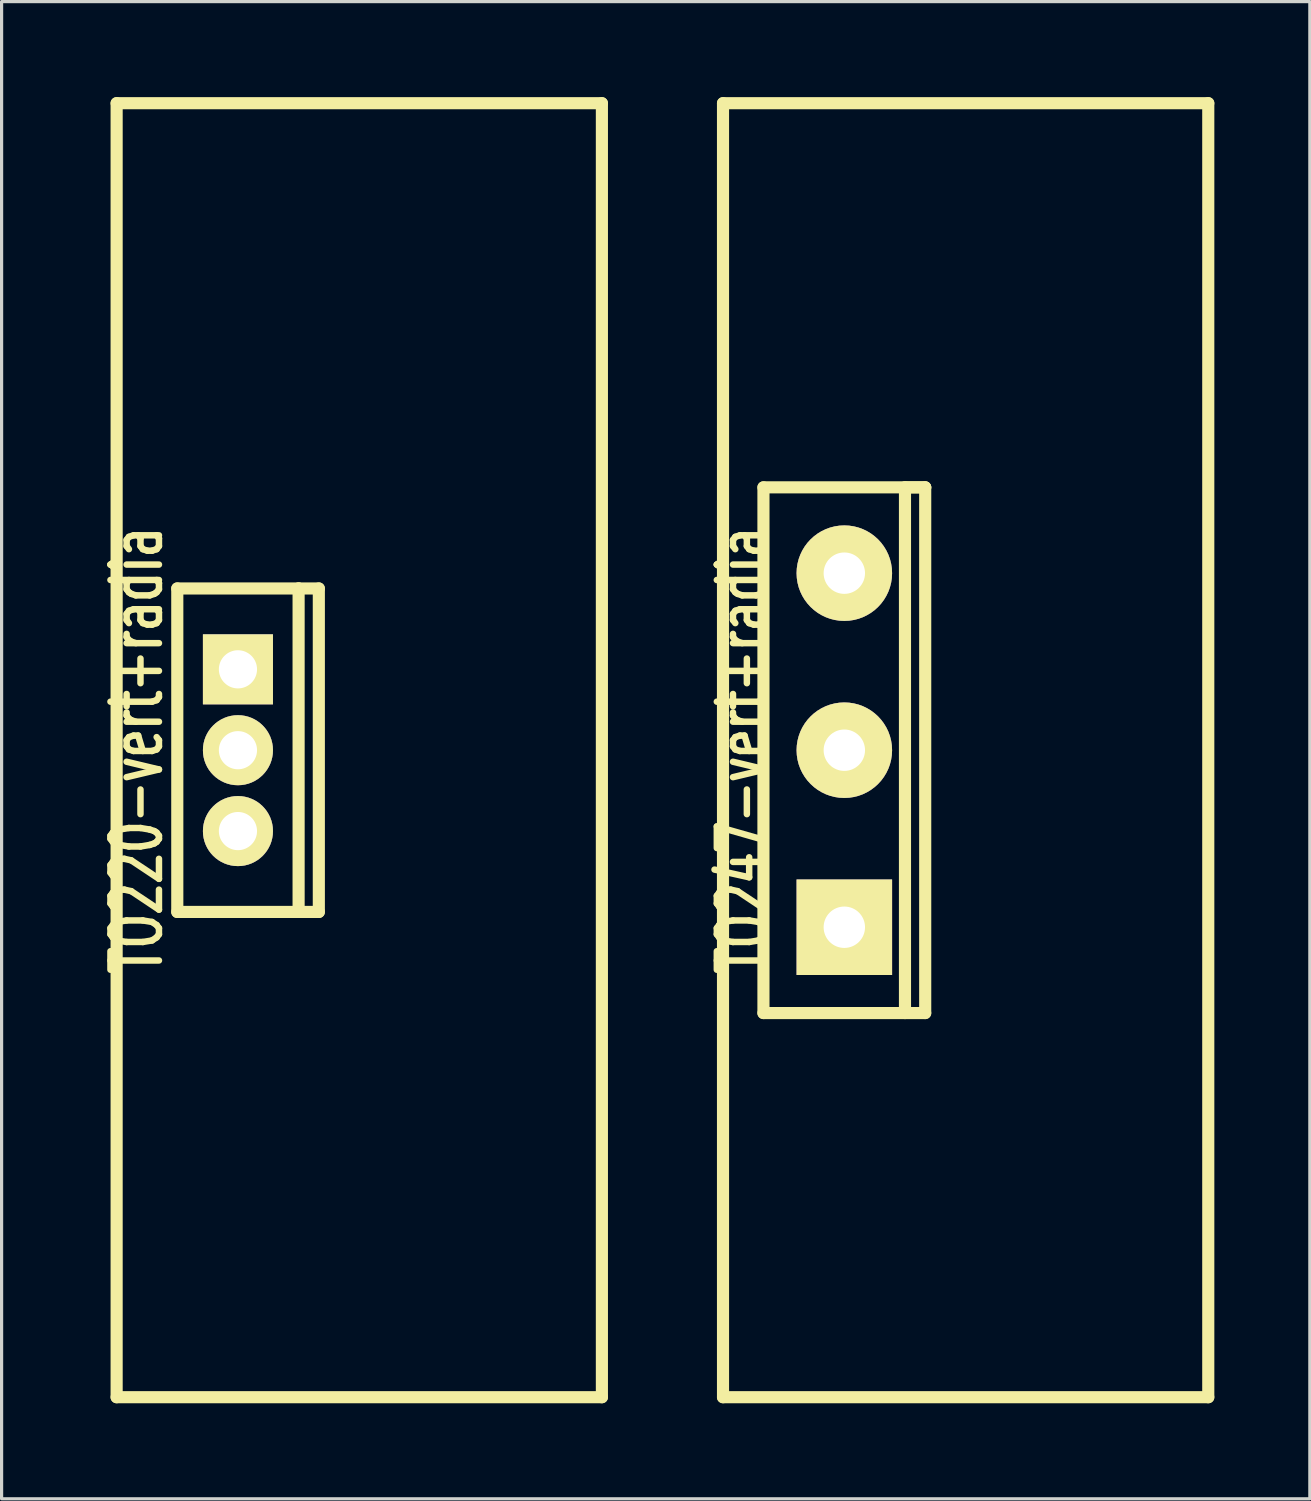
<source format=kicad_pcb>
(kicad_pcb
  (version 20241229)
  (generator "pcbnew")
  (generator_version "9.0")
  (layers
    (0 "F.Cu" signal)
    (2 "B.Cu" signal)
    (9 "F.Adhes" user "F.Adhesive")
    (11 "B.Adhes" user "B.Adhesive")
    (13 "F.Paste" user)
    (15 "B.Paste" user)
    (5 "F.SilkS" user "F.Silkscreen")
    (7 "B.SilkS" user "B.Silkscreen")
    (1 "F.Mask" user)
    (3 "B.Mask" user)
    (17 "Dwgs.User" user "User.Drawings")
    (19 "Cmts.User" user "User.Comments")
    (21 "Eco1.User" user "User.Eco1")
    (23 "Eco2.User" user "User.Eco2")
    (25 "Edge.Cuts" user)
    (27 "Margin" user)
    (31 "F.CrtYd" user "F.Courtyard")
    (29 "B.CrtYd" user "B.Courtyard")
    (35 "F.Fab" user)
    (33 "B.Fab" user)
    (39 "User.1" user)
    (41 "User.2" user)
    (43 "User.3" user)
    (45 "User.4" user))
  (footprint "TO220-vert+radia"
    (layer "F.Cu")
    (at 4.423 20.511)
    (property "Reference" "TO220-vert+radia" (at -3.175 0 90) (layer "F.SilkS") (effects (font (size 1.524 1.016) (thickness 0.203))))
    (attr through_hole)
    (fp_line (start -3.81 -20.32) (end 11.43 -20.32) (stroke (width 0.381) (type solid)) (layer "F.SilkS"))
    (fp_line (start -3.81 20.32) (end -3.81 -20.32) (stroke (width 0.381) (type solid)) (layer "F.SilkS"))
    (fp_line (start -1.905 -5.08) (end 1.905 -5.08) (stroke (width 0.381) (type solid)) (layer "F.SilkS"))
    (fp_line (start -1.905 5.08) (end -1.905 -5.08) (stroke (width 0.381) (type solid)) (layer "F.SilkS"))
    (fp_line (start 1.905 -5.08) (end 1.905 5.08) (stroke (width 0.381) (type solid)) (layer "F.SilkS"))
    (fp_line (start 1.905 -5.08) (end 2.54 -5.08) (stroke (width 0.381) (type solid)) (layer "F.SilkS"))
    (fp_line (start 1.905 5.08) (end -1.905 5.08) (stroke (width 0.381) (type solid)) (layer "F.SilkS"))
    (fp_line (start 2.54 -5.08) (end 2.54 5.08) (stroke (width 0.381) (type solid)) (layer "F.SilkS"))
    (fp_line (start 2.54 5.08) (end 1.905 5.08) (stroke (width 0.381) (type solid)) (layer "F.SilkS"))
    (fp_line (start 11.43 -20.32) (end 11.43 20.32) (stroke (width 0.381) (type solid)) (layer "F.SilkS"))
    (fp_line (start 11.43 20.32) (end -3.81 20.32) (stroke (width 0.381) (type solid)) (layer "F.SilkS"))
    (pad "1" thru_hole rect (at 0 -2.54) (size 2.2 2.2) (drill 1.199) (layers "*.Cu" "*.Mask" "F.SilkS"))
    (pad "2" thru_hole circle (at 0 0) (size 2.2 2.2) (drill 1.199) (layers "*.Cu" "*.Mask" "F.SilkS"))
    (pad "3" thru_hole circle (at 0 2.54) (size 2.2 2.2) (drill 1.199) (layers "*.Cu" "*.Mask" "F.SilkS")))
  (footprint "TO247-vert+radia"
    (layer "F.Cu")
    (at 23.467 20.511)
    (property "Reference" "TO247-vert+radia" (at -3.175 0 90) (layer "F.SilkS") (effects (font (size 1.524 1.016) (thickness 0.203))))
    (attr through_hole)
    (fp_line (start -3.81 -20.32) (end -3.81 20.32) (stroke (width 0.381) (type solid)) (layer "F.SilkS"))
    (fp_line (start -3.81 20.32) (end 11.43 20.32) (stroke (width 0.381) (type solid)) (layer "F.SilkS"))
    (fp_line (start -2.54 -8.255) (end 2.54 -8.255) (stroke (width 0.381) (type solid)) (layer "F.SilkS"))
    (fp_line (start -2.54 8.255) (end -2.54 -8.255) (stroke (width 0.381) (type solid)) (layer "F.SilkS"))
    (fp_line (start 1.905 -8.255) (end 1.905 8.255) (stroke (width 0.381) (type solid)) (layer "F.SilkS"))
    (fp_line (start 2.54 -8.255) (end 1.905 -8.255) (stroke (width 0.381) (type solid)) (layer "F.SilkS"))
    (fp_line (start 2.54 -8.255) (end 2.54 8.255) (stroke (width 0.381) (type solid)) (layer "F.SilkS"))
    (fp_line (start 2.54 8.255) (end -2.54 8.255) (stroke (width 0.381) (type solid)) (layer "F.SilkS"))
    (fp_line (start 11.43 -20.32) (end -3.81 -20.32) (stroke (width 0.381) (type solid)) (layer "F.SilkS"))
    (fp_line (start 11.43 20.32) (end 11.43 -20.32) (stroke (width 0.381) (type solid)) (layer "F.SilkS"))
    (pad "C" thru_hole circle (at 0 0) (size 3 3) (drill 1.3) (layers "*.Cu" "*.Mask" "F.SilkS"))
    (pad "E" thru_hole rect (at 0 5.56) (size 3 3) (drill 1.3) (layers "*.Cu" "*.Mask" "F.SilkS"))
    (pad "G" thru_hole circle (at 0 -5.56) (size 3 3) (drill 1.3) (layers "*.Cu" "*.Mask" "F.SilkS")))
  (gr_rect
    (start -3 -3)
    (end 38.087 44.021)
    (stroke (width 0.1) (type default))
    (fill no)
    (layer "Edge.Cuts")))
</source>
